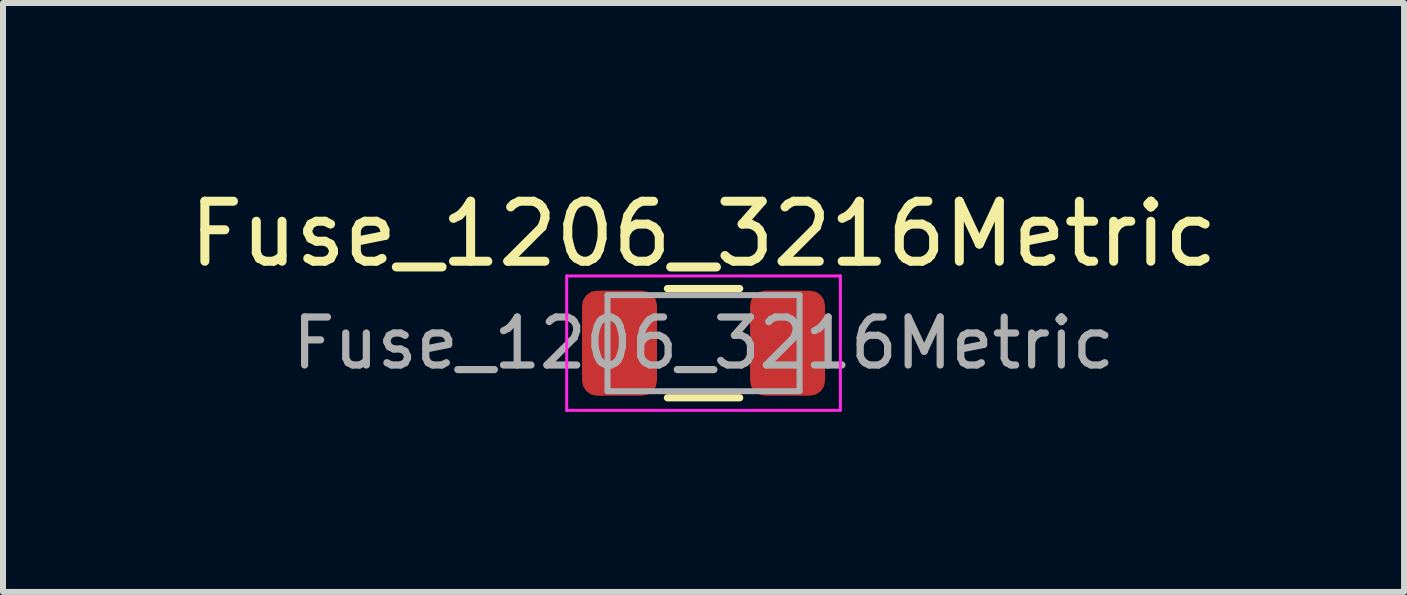
<source format=kicad_pcb>
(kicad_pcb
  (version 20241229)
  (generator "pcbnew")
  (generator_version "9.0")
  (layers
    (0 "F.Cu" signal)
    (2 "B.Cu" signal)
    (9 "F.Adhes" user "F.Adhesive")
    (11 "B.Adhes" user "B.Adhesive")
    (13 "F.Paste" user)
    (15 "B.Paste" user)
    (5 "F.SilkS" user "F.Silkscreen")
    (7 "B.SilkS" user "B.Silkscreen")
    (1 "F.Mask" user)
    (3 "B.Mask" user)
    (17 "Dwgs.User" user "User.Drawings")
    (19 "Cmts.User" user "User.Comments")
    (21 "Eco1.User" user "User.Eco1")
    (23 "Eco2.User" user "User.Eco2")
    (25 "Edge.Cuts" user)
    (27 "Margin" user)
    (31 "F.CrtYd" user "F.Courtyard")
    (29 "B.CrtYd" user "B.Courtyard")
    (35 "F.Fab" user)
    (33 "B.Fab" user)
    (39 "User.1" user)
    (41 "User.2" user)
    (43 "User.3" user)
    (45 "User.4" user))
  (footprint "Fuse_1206_3216Metric"
    (layer "F.Cu")
    (at 8.673 2.668)
    (property "Reference" "Fuse_1206_3216Metric" (at 0 -1.82 0) (layer "F.SilkS") (effects (font (size 1 1) (thickness 0.15))))
    (attr smd)
    (fp_line (start -0.602 -0.91) (end 0.602 -0.91) (stroke (width 0.12) (type solid)) (layer "F.SilkS"))
    (fp_line (start -0.602 0.91) (end 0.602 0.91) (stroke (width 0.12) (type solid)) (layer "F.SilkS"))
    (fp_line (start -2.28 -1.12) (end 2.28 -1.12) (stroke (width 0.05) (type solid)) (layer "F.CrtYd"))
    (fp_line (start -2.28 1.12) (end -2.28 -1.12) (stroke (width 0.05) (type solid)) (layer "F.CrtYd"))
    (fp_line (start 2.28 -1.12) (end 2.28 1.12) (stroke (width 0.05) (type solid)) (layer "F.CrtYd"))
    (fp_line (start 2.28 1.12) (end -2.28 1.12) (stroke (width 0.05) (type solid)) (layer "F.CrtYd"))
    (fp_line (start -1.6 -0.8) (end 1.6 -0.8) (stroke (width 0.1) (type solid)) (layer "F.Fab"))
    (fp_line (start -1.6 0.8) (end -1.6 -0.8) (stroke (width 0.1) (type solid)) (layer "F.Fab"))
    (fp_line (start 1.6 -0.8) (end 1.6 0.8) (stroke (width 0.1) (type solid)) (layer "F.Fab"))
    (fp_line (start 1.6 0.8) (end -1.6 0.8) (stroke (width 0.1) (type solid)) (layer "F.Fab"))
    (fp_text user "${REFERENCE}" (at 0 0 0) (layer "F.Fab") (effects (font (size 0.8 0.8) (thickness 0.12))))
    (pad "1" smd roundrect (at -1.4 0) (size 1.25 1.75) (layers "F.Cu" "F.Mask" "F.Paste") (roundrect_rratio 0.2))
    (pad "2" smd roundrect (at 1.4 0) (size 1.25 1.75) (layers "F.Cu" "F.Mask" "F.Paste") (roundrect_rratio 0.2)))
  (gr_rect
    (start -3 -3)
    (end 20.345 6.813)
    (stroke (width 0.1) (type default))
    (fill no)
    (layer "Edge.Cuts")))
</source>
